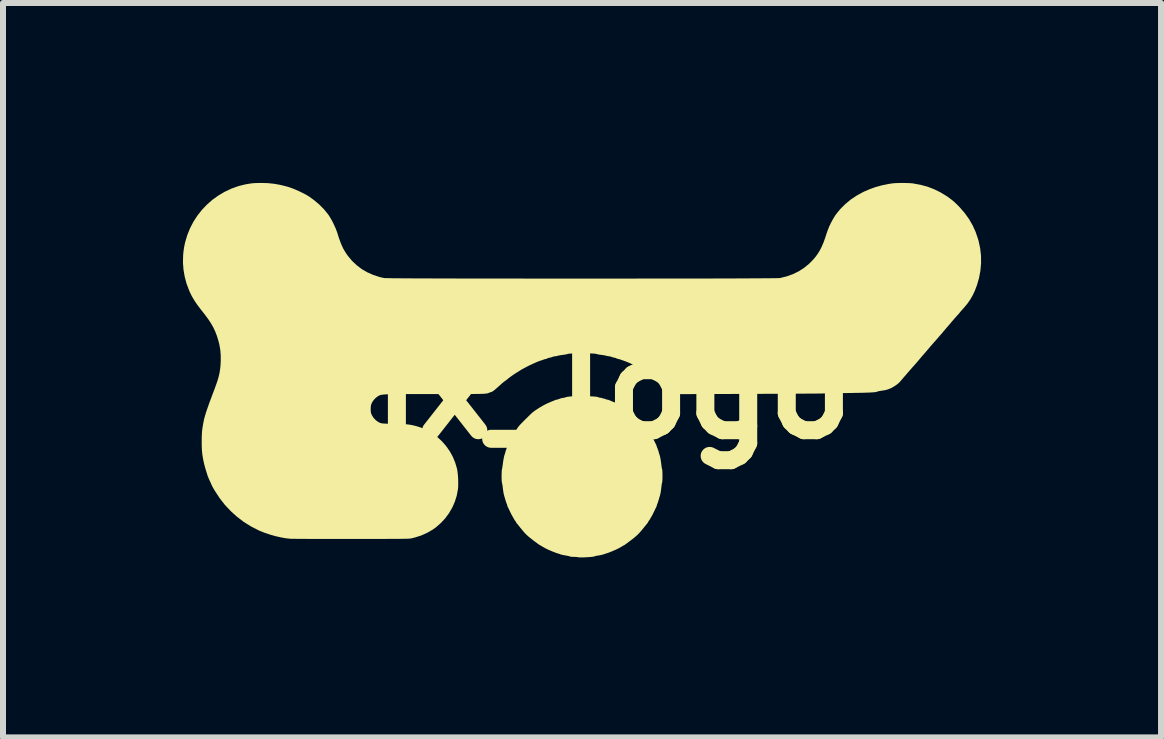
<source format=kicad_pcb>
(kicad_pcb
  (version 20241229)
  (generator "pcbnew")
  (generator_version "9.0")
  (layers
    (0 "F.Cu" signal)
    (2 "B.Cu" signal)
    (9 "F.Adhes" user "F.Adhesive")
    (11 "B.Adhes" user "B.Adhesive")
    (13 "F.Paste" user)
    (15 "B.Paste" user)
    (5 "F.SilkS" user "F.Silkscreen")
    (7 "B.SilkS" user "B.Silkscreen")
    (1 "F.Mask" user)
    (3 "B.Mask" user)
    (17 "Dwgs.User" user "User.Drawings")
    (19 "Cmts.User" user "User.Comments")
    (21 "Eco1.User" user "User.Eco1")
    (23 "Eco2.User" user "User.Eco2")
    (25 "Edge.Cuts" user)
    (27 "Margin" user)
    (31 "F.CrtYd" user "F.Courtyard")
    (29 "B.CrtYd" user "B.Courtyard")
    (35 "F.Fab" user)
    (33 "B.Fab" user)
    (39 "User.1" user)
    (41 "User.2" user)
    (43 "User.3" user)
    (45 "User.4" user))
  (footprint "mx_logo"
    (layer "F.Cu")
    (at 6.531 3.444)
    (property "Reference" "mx_logo" (at 0 0 0) (layer "F.SilkS") (effects (font (size 1.5 1.5) (thickness 0.3))))
    (attr board_only exclude_from_pos_files exclude_from_bom)
    (fp_poly (pts (xy 0.193 0.112) (xy 0.252 0.113) (xy 0.3 0.115) (xy 0.338 0.118) (xy 0.367 0.121) (xy 0.388 0.126) (xy 0.4 0.131) (xy 0.416 0.136) (xy 0.435 0.138) (xy 0.436 0.138) (xy 0.452 0.14) (xy 0.461 0.144) (xy 0.462 0.144) (xy 0.47 0.149) (xy 0.483 0.151) (xy 0.501 0.154) (xy 0.515 0.16) (xy 0.532 0.167) (xy 0.545 0.169) (xy 0.562 0.172) (xy 0.57 0.175) (xy 0.581 0.18) (xy 0.6 0.188) (xy 0.623 0.198) (xy 0.631 0.201) (xy 0.688 0.225) (xy 0.735 0.247) (xy 0.775 0.269) (xy 0.782 0.273) (xy 0.801 0.285) (xy 0.816 0.294) (xy 0.823 0.297) (xy 0.835 0.304) (xy 0.849 0.313) (xy 0.864 0.323) (xy 0.883 0.336) (xy 0.893 0.342) (xy 0.912 0.355) (xy 0.93 0.368) (xy 0.948 0.383) (xy 0.969 0.402) (xy 0.994 0.425) (xy 1.024 0.454) (xy 1.061 0.491) (xy 1.064 0.494) (xy 1.104 0.534) (xy 1.136 0.567) (xy 1.16 0.593) (xy 1.179 0.614) (xy 1.193 0.632) (xy 1.203 0.646) (xy 1.21 0.658) (xy 1.22 0.675) (xy 1.231 0.688) (xy 1.241 0.699) (xy 1.244 0.706) (xy 1.248 0.715) (xy 1.253 0.722) (xy 1.261 0.733) (xy 1.272 0.751) (xy 1.286 0.776) (xy 1.303 0.809) (xy 1.324 0.852) (xy 1.35 0.905) (xy 1.353 0.911) (xy 1.362 0.931) (xy 1.368 0.948) (xy 1.37 0.956) (xy 1.373 0.968) (xy 1.376 0.971) (xy 1.381 0.98) (xy 1.382 0.985) (xy 1.385 0.998) (xy 1.392 1.014) (xy 1.398 1.03) (xy 1.401 1.044) (xy 1.404 1.06) (xy 1.407 1.067) (xy 1.415 1.089) (xy 1.424 1.122) (xy 1.432 1.164) (xy 1.439 1.212) (xy 1.445 1.256) (xy 1.448 1.283) (xy 1.452 1.308) (xy 1.456 1.325) (xy 1.457 1.328) (xy 1.46 1.341) (xy 1.462 1.365) (xy 1.463 1.395) (xy 1.464 1.429) (xy 1.463 1.464) (xy 1.463 1.497) (xy 1.461 1.525) (xy 1.459 1.546) (xy 1.457 1.552) (xy 1.453 1.568) (xy 1.449 1.593) (xy 1.446 1.621) (xy 1.445 1.627) (xy 1.438 1.683) (xy 1.431 1.727) (xy 1.424 1.759) (xy 1.421 1.769) (xy 1.415 1.787) (xy 1.409 1.809) (xy 1.407 1.816) (xy 1.398 1.846) (xy 1.389 1.875) (xy 1.381 1.898) (xy 1.375 1.911) (xy 1.37 1.925) (xy 1.37 1.931) (xy 1.367 1.943) (xy 1.36 1.958) (xy 1.353 1.972) (xy 1.343 1.993) (xy 1.331 2.018) (xy 1.326 2.029) (xy 1.312 2.057) (xy 1.298 2.086) (xy 1.285 2.109) (xy 1.282 2.114) (xy 1.271 2.133) (xy 1.262 2.148) (xy 1.259 2.155) (xy 1.252 2.166) (xy 1.242 2.181) (xy 1.24 2.184) (xy 1.23 2.197) (xy 1.225 2.207) (xy 1.225 2.208) (xy 1.221 2.216) (xy 1.212 2.228) (xy 1.209 2.233) (xy 1.198 2.246) (xy 1.182 2.266) (xy 1.163 2.289) (xy 1.152 2.303) (xy 1.121 2.341) (xy 1.095 2.371) (xy 1.073 2.396) (xy 1.053 2.416) (xy 1.033 2.435) (xy 1.01 2.455) (xy 0.995 2.468) (xy 0.962 2.494) (xy 0.928 2.52) (xy 0.896 2.544) (xy 0.867 2.566) (xy 0.843 2.583) (xy 0.825 2.595) (xy 0.814 2.601) (xy 0.813 2.601) (xy 0.807 2.604) (xy 0.793 2.612) (xy 0.778 2.622) (xy 0.735 2.646) (xy 0.684 2.671) (xy 0.627 2.695) (xy 0.616 2.7) (xy 0.585 2.712) (xy 0.562 2.721) (xy 0.544 2.727) (xy 0.529 2.732) (xy 0.525 2.733) (xy 0.504 2.74) (xy 0.486 2.746) (xy 0.484 2.747) (xy 0.46 2.754) (xy 0.425 2.762) (xy 0.38 2.77) (xy 0.376 2.77) (xy 0.355 2.774) (xy 0.338 2.778) (xy 0.332 2.781) (xy 0.321 2.784) (xy 0.3 2.788) (xy 0.271 2.791) (xy 0.236 2.794) (xy 0.199 2.796) (xy 0.162 2.798) (xy 0.127 2.799) (xy 0.096 2.799) (xy 0.072 2.798) (xy 0.057 2.796) (xy 0.057 2.796) (xy 0.043 2.793) (xy 0.021 2.791) (xy -0.005 2.79) (xy -0.015 2.79) (xy -0.041 2.789) (xy -0.064 2.787) (xy -0.08 2.784) (xy -0.083 2.782) (xy -0.097 2.777) (xy -0.117 2.773) (xy -0.131 2.77) (xy -0.178 2.762) (xy -0.213 2.755) (xy -0.237 2.748) (xy -0.239 2.747) (xy -0.255 2.741) (xy -0.276 2.734) (xy -0.28 2.733) (xy -0.295 2.729) (xy -0.311 2.723) (xy -0.332 2.715) (xy -0.36 2.704) (xy -0.371 2.7) (xy -0.428 2.676) (xy -0.481 2.651) (xy -0.525 2.626) (xy -0.533 2.622) (xy -0.55 2.611) (xy -0.563 2.603) (xy -0.568 2.601) (xy -0.576 2.597) (xy -0.592 2.587) (xy -0.615 2.571) (xy -0.643 2.55) (xy -0.675 2.527) (xy -0.708 2.501) (xy -0.741 2.475) (xy -0.75 2.468) (xy -0.775 2.447) (xy -0.796 2.428) (xy -0.816 2.409) (xy -0.837 2.387) (xy -0.86 2.36) (xy -0.887 2.327) (xy -0.907 2.303) (xy -0.926 2.279) (xy -0.944 2.257) (xy -0.959 2.239) (xy -0.964 2.233) (xy -0.974 2.219) (xy -0.98 2.208) (xy -0.98 2.207) (xy -0.984 2.198) (xy -0.989 2.193) (xy -0.998 2.183) (xy -1.007 2.167) (xy -1.008 2.166) (xy -1.017 2.149) (xy -1.03 2.127) (xy -1.037 2.114) (xy -1.049 2.093) (xy -1.063 2.066) (xy -1.077 2.038) (xy -1.081 2.029) (xy -1.093 2.003) (xy -1.104 1.98) (xy -1.113 1.963) (xy -1.115 1.958) (xy -1.122 1.943) (xy -1.125 1.931) (xy -1.127 1.918) (xy -1.13 1.911) (xy -1.137 1.896) (xy -1.145 1.872) (xy -1.155 1.841) (xy -1.162 1.816) (xy -1.169 1.794) (xy -1.175 1.773) (xy -1.176 1.769) (xy -1.183 1.742) (xy -1.19 1.703) (xy -1.197 1.652) (xy -1.2 1.627) (xy -1.203 1.6) (xy -1.208 1.576) (xy -1.211 1.559) (xy -1.212 1.556) (xy -1.215 1.543) (xy -1.217 1.521) (xy -1.218 1.491) (xy -1.219 1.457) (xy -1.219 1.442) (xy -1.218 1.407) (xy -1.217 1.375) (xy -1.216 1.349) (xy -1.213 1.332) (xy -1.212 1.328) (xy -1.209 1.313) (xy -1.205 1.29) (xy -1.201 1.263) (xy -1.2 1.256) (xy -1.193 1.202) (xy -1.185 1.155) (xy -1.177 1.114) (xy -1.168 1.083) (xy -1.162 1.067) (xy -1.157 1.051) (xy -1.156 1.044) (xy -1.153 1.03) (xy -1.147 1.014) (xy -1.14 0.998) (xy -1.137 0.985) (xy -1.134 0.974) (xy -1.131 0.971) (xy -1.125 0.962) (xy -1.125 0.956) (xy -1.122 0.945) (xy -1.115 0.927) (xy -1.108 0.911) (xy -1.082 0.857) (xy -1.06 0.813) (xy -1.042 0.779) (xy -1.028 0.753) (xy -1.017 0.735) (xy -1.008 0.723) (xy -1.008 0.722) (xy -1 0.711) (xy -0.999 0.706) (xy -0.995 0.697) (xy -0.986 0.688) (xy -0.974 0.674) (xy -0.964 0.658) (xy -0.957 0.645) (xy -0.946 0.63) (xy -0.932 0.612) (xy -0.913 0.59) (xy -0.887 0.563) (xy -0.854 0.529) (xy -0.819 0.494) (xy -0.781 0.457) (xy -0.751 0.427) (xy -0.726 0.403) (xy -0.705 0.384) (xy -0.686 0.369) (xy -0.668 0.355) (xy -0.649 0.343) (xy -0.648 0.342) (xy -0.628 0.329) (xy -0.61 0.317) (xy -0.604 0.313) (xy -0.589 0.303) (xy -0.578 0.297) (xy -0.568 0.292) (xy -0.551 0.282) (xy -0.537 0.273) (xy -0.499 0.252) (xy -0.454 0.23) (xy -0.399 0.206) (xy -0.386 0.201) (xy -0.362 0.191) (xy -0.341 0.183) (xy -0.328 0.177) (xy -0.325 0.175) (xy -0.309 0.17) (xy -0.302 0.17) (xy -0.288 0.167) (xy -0.27 0.161) (xy -0.269 0.161) (xy -0.232 0.147) (xy -0.201 0.14) (xy -0.186 0.138) (xy -0.167 0.135) (xy -0.155 0.131) (xy -0.14 0.125) (xy -0.118 0.121) (xy -0.087 0.117) (xy -0.048 0.114) (xy 0.002 0.113) (xy 0.063 0.112) (xy 0.123 0.111)) (stroke (width 0) (type solid)) (fill yes) (layer "F.SilkS"))
    (fp_poly (pts (xy -5.116 -3.441) (xy -5.011 -3.43) (xy -4.91 -3.412) (xy -4.844 -3.396) (xy -4.822 -3.39) (xy -4.802 -3.385) (xy -4.794 -3.383) (xy -4.75 -3.369) (xy -4.699 -3.351) (xy -4.644 -3.328) (xy -4.586 -3.302) (xy -4.531 -3.275) (xy -4.479 -3.248) (xy -4.435 -3.222) (xy -4.432 -3.22) (xy -4.342 -3.155) (xy -4.257 -3.083) (xy -4.18 -3.005) (xy -4.113 -2.923) (xy -4.107 -2.915) (xy -4.075 -2.865) (xy -4.042 -2.807) (xy -4.011 -2.744) (xy -3.983 -2.681) (xy -3.961 -2.622) (xy -3.955 -2.604) (xy -3.931 -2.527) (xy -3.907 -2.461) (xy -3.883 -2.402) (xy -3.859 -2.35) (xy -3.831 -2.302) (xy -3.801 -2.256) (xy -3.781 -2.228) (xy -3.711 -2.144) (xy -3.633 -2.071) (xy -3.549 -2.007) (xy -3.457 -1.954) (xy -3.358 -1.91) (xy -3.25 -1.875) (xy -3.179 -1.859) (xy -3.169 -1.858) (xy -3.148 -1.857) (xy -3.115 -1.857) (xy -3.07 -1.856) (xy -3.015 -1.855) (xy -2.949 -1.855) (xy -2.874 -1.854) (xy -2.789 -1.854) (xy -2.696 -1.853) (xy -2.593 -1.853) (xy -2.483 -1.853) (xy -2.365 -1.852) (xy -2.241 -1.852) (xy -2.109 -1.852) (xy -1.971 -1.851) (xy -1.828 -1.851) (xy -1.679 -1.851) (xy -1.525 -1.85) (xy -1.367 -1.85) (xy -1.205 -1.85) (xy -1.04 -1.85) (xy -0.871 -1.85) (xy -0.7 -1.849) (xy -0.527 -1.849) (xy -0.352 -1.849) (xy -0.176 -1.849) (xy 0.001 -1.849) (xy 0.178 -1.849) (xy 0.355 -1.849) (xy 0.532 -1.849) (xy 0.707 -1.849) (xy 0.881 -1.849) (xy 1.053 -1.85) (xy 1.223 -1.85) (xy 1.389 -1.85) (xy 1.553 -1.85) (xy 1.712 -1.85) (xy 1.867 -1.851) (xy 2.018 -1.851) (xy 2.164 -1.851) (xy 2.304 -1.851) (xy 2.437 -1.852) (xy 2.565 -1.852) (xy 2.685 -1.852) (xy 2.798 -1.853) (xy 2.904 -1.853) (xy 3 -1.854) (xy 3.089 -1.854) (xy 3.167 -1.855) (xy 3.237 -1.855) (xy 3.296 -1.856) (xy 3.344 -1.856) (xy 3.382 -1.857) (xy 3.408 -1.858) (xy 3.422 -1.858) (xy 3.424 -1.859) (xy 3.537 -1.887) (xy 3.641 -1.925) (xy 3.737 -1.972) (xy 3.825 -2.029) (xy 3.906 -2.095) (xy 3.916 -2.105) (xy 3.967 -2.156) (xy 4.012 -2.208) (xy 4.051 -2.261) (xy 4.086 -2.318) (xy 4.118 -2.381) (xy 4.148 -2.451) (xy 4.176 -2.53) (xy 4.2 -2.604) (xy 4.22 -2.66) (xy 4.245 -2.722) (xy 4.275 -2.784) (xy 4.307 -2.843) (xy 4.339 -2.895) (xy 4.352 -2.915) (xy 4.426 -3.007) (xy 4.51 -3.091) (xy 4.603 -3.168) (xy 4.706 -3.236) (xy 4.814 -3.295) (xy 4.915 -3.339) (xy 5.018 -3.376) (xy 5.125 -3.405) (xy 5.239 -3.428) (xy 5.298 -3.437) (xy 5.328 -3.44) (xy 5.368 -3.442) (xy 5.414 -3.443) (xy 5.463 -3.444) (xy 5.513 -3.443) (xy 5.559 -3.442) (xy 5.6 -3.44) (xy 5.633 -3.437) (xy 5.64 -3.436) (xy 5.765 -3.413) (xy 5.881 -3.382) (xy 5.99 -3.34) (xy 6.095 -3.289) (xy 6.196 -3.228) (xy 6.198 -3.227) (xy 6.247 -3.192) (xy 6.292 -3.158) (xy 6.335 -3.121) (xy 6.38 -3.078) (xy 6.415 -3.042) (xy 6.499 -2.946) (xy 6.572 -2.845) (xy 6.634 -2.738) (xy 6.685 -2.625) (xy 6.726 -2.504) (xy 6.734 -2.475) (xy 6.76 -2.353) (xy 6.774 -2.23) (xy 6.775 -2.106) (xy 6.764 -1.982) (xy 6.741 -1.86) (xy 6.707 -1.742) (xy 6.674 -1.654) (xy 6.638 -1.576) (xy 6.597 -1.504) (xy 6.55 -1.436) (xy 6.494 -1.368) (xy 6.467 -1.338) (xy 6.45 -1.319) (xy 6.434 -1.301) (xy 6.426 -1.291) (xy 6.415 -1.277) (xy 6.399 -1.258) (xy 6.38 -1.237) (xy 6.377 -1.234) (xy 6.357 -1.212) (xy 6.333 -1.185) (xy 6.309 -1.157) (xy 6.298 -1.144) (xy 6.275 -1.117) (xy 6.251 -1.088) (xy 6.228 -1.062) (xy 6.22 -1.052) (xy 6.197 -1.027) (xy 6.173 -0.998) (xy 6.152 -0.973) (xy 6.116 -0.93) (xy 6.079 -0.888) (xy 6.044 -0.847) (xy 6.013 -0.812) (xy 5.988 -0.784) (xy 5.987 -0.783) (xy 5.966 -0.759) (xy 5.942 -0.731) (xy 5.918 -0.704) (xy 5.913 -0.697) (xy 5.891 -0.671) (xy 5.865 -0.641) (xy 5.839 -0.611) (xy 5.827 -0.597) (xy 5.802 -0.569) (xy 5.776 -0.538) (xy 5.751 -0.509) (xy 5.741 -0.496) (xy 5.719 -0.47) (xy 5.694 -0.441) (xy 5.672 -0.416) (xy 5.667 -0.411) (xy 5.648 -0.389) (xy 5.622 -0.36) (xy 5.591 -0.325) (xy 5.558 -0.287) (xy 5.523 -0.246) (xy 5.488 -0.206) (xy 5.456 -0.168) (xy 5.427 -0.134) (xy 5.422 -0.128) (xy 5.392 -0.099) (xy 5.351 -0.069) (xy 5.332 -0.056) (xy 5.307 -0.042) (xy 5.286 -0.029) (xy 5.271 -0.021) (xy 5.265 -0.019) (xy 5.254 -0.016) (xy 5.247 -0.013) (xy 5.227 -0.004) (xy 5.204 0.003) (xy 5.176 0.01) (xy 5.14 0.016) (xy 5.095 0.023) (xy 5.089 0.024) (xy 5.067 0.028) (xy 5.049 0.033) (xy 5.042 0.036) (xy 5.035 0.038) (xy 5.025 0.041) (xy 5.011 0.043) (xy 4.993 0.045) (xy 4.969 0.047) (xy 4.94 0.049) (xy 4.903 0.051) (xy 4.859 0.052) (xy 4.807 0.054) (xy 4.745 0.055) (xy 4.674 0.056) (xy 4.591 0.058) (xy 4.498 0.059) (xy 4.448 0.06) (xy 4.386 0.061) (xy 4.328 0.062) (xy 4.273 0.063) (xy 4.224 0.064) (xy 4.182 0.065) (xy 4.148 0.065) (xy 4.124 0.066) (xy 4.112 0.067) (xy 4.102 0.067) (xy 4.08 0.067) (xy 4.046 0.067) (xy 4.002 0.068) (xy 3.949 0.068) (xy 3.885 0.068) (xy 3.813 0.069) (xy 3.733 0.069) (xy 3.646 0.07) (xy 3.552 0.07) (xy 3.451 0.07) (xy 3.345 0.071) (xy 3.235 0.071) (xy 3.12 0.072) (xy 3.001 0.072) (xy 2.907 0.073) (xy 1.74 0.077) (xy 1.698 0.06) (xy 1.672 0.049) (xy 1.648 0.039) (xy 1.63 0.033) (xy 1.604 0.021) (xy 1.579 0.006) (xy 1.553 -0.013) (xy 1.524 -0.039) (xy 1.495 -0.066) (xy 1.47 -0.09) (xy 1.444 -0.112) (xy 1.421 -0.132) (xy 1.404 -0.144) (xy 1.404 -0.144) (xy 1.382 -0.16) (xy 1.361 -0.177) (xy 1.351 -0.186) (xy 1.332 -0.201) (xy 1.303 -0.222) (xy 1.267 -0.247) (xy 1.225 -0.275) (xy 1.177 -0.304) (xy 1.136 -0.33) (xy 1.099 -0.351) (xy 1.056 -0.374) (xy 1.01 -0.397) (xy 0.963 -0.42) (xy 0.917 -0.441) (xy 0.874 -0.459) (xy 0.838 -0.473) (xy 0.81 -0.483) (xy 0.807 -0.484) (xy 0.789 -0.49) (xy 0.768 -0.498) (xy 0.765 -0.499) (xy 0.746 -0.505) (xy 0.73 -0.509) (xy 0.727 -0.509) (xy 0.711 -0.513) (xy 0.7 -0.518) (xy 0.685 -0.525) (xy 0.665 -0.53) (xy 0.659 -0.532) (xy 0.637 -0.536) (xy 0.618 -0.543) (xy 0.614 -0.544) (xy 0.595 -0.551) (xy 0.58 -0.553) (xy 0.564 -0.555) (xy 0.541 -0.559) (xy 0.528 -0.563) (xy 0.504 -0.568) (xy 0.474 -0.574) (xy 0.444 -0.578) (xy 0.439 -0.578) (xy 0.41 -0.582) (xy 0.383 -0.587) (xy 0.362 -0.593) (xy 0.358 -0.594) (xy 0.343 -0.597) (xy 0.318 -0.599) (xy 0.283 -0.601) (xy 0.242 -0.603) (xy 0.196 -0.604) (xy 0.147 -0.604) (xy 0.097 -0.604) (xy 0.048 -0.604) (xy 0.002 -0.603) (xy -0.039 -0.601) (xy -0.073 -0.599) (xy -0.099 -0.597) (xy -0.113 -0.594) (xy -0.133 -0.588) (xy -0.159 -0.583) (xy -0.188 -0.579) (xy -0.194 -0.578) (xy -0.224 -0.574) (xy -0.255 -0.569) (xy -0.28 -0.564) (xy -0.283 -0.563) (xy -0.305 -0.557) (xy -0.326 -0.554) (xy -0.335 -0.553) (xy -0.354 -0.55) (xy -0.369 -0.544) (xy -0.386 -0.538) (xy -0.408 -0.533) (xy -0.415 -0.531) (xy -0.436 -0.527) (xy -0.452 -0.521) (xy -0.456 -0.518) (xy -0.472 -0.511) (xy -0.482 -0.509) (xy -0.498 -0.506) (xy -0.516 -0.5) (xy -0.52 -0.499) (xy -0.541 -0.491) (xy -0.56 -0.484) (xy -0.562 -0.484) (xy -0.589 -0.475) (xy -0.625 -0.461) (xy -0.667 -0.443) (xy -0.712 -0.422) (xy -0.76 -0.4) (xy -0.806 -0.376) (xy -0.849 -0.353) (xy -0.887 -0.332) (xy -0.891 -0.33) (xy -0.94 -0.299) (xy -0.987 -0.27) (xy -1.028 -0.243) (xy -1.063 -0.218) (xy -1.09 -0.198) (xy -1.106 -0.186) (xy -1.124 -0.17) (xy -1.146 -0.153) (xy -1.159 -0.144) (xy -1.178 -0.13) (xy -1.202 -0.111) (xy -1.227 -0.089) (xy -1.238 -0.079) (xy -1.285 -0.037) (xy -1.323 -0.003) (xy -1.354 0.021) (xy -1.377 0.036) (xy -1.394 0.043) (xy -1.398 0.044) (xy -1.412 0.047) (xy -1.418 0.05) (xy -1.426 0.053) (xy -1.432 0.056) (xy -1.439 0.059) (xy -1.447 0.062) (xy -1.456 0.064) (xy -1.468 0.066) (xy -1.483 0.068) (xy -1.501 0.07) (xy -1.523 0.071) (xy -1.55 0.072) (xy -1.582 0.073) (xy -1.621 0.074) (xy -1.666 0.074) (xy -1.719 0.075) (xy -1.78 0.075) (xy -1.849 0.075) (xy -1.928 0.075) (xy -2.018 0.075) (xy -2.117 0.076) (xy -2.229 0.076) (xy -2.328 0.076) (xy -2.451 0.076) (xy -2.563 0.076) (xy -2.663 0.076) (xy -2.753 0.076) (xy -2.832 0.076) (xy -2.903 0.076) (xy -2.965 0.077) (xy -3.018 0.077) (xy -3.065 0.078) (xy -3.104 0.079) (xy -3.138 0.08) (xy -3.166 0.082) (xy -3.189 0.084) (xy -3.208 0.086) (xy -3.224 0.089) (xy -3.237 0.092) (xy -3.248 0.095) (xy -3.257 0.099) (xy -3.265 0.103) (xy -3.274 0.108) (xy -3.282 0.113) (xy -3.286 0.115) (xy -3.319 0.141) (xy -3.351 0.175) (xy -3.376 0.212) (xy -3.389 0.24) (xy -3.397 0.265) (xy -3.4 0.293) (xy -3.401 0.33) (xy -3.4 0.359) (xy -3.398 0.381) (xy -3.393 0.4) (xy -3.384 0.421) (xy -3.381 0.428) (xy -3.355 0.47) (xy -3.32 0.508) (xy -3.279 0.539) (xy -3.256 0.551) (xy -3.246 0.555) (xy -3.236 0.559) (xy -3.226 0.562) (xy -3.213 0.564) (xy -3.197 0.566) (xy -3.175 0.567) (xy -3.146 0.569) (xy -3.109 0.57) (xy -3.063 0.571) (xy -3.008 0.572) (xy -2.946 0.574) (xy -2.893 0.575) (xy -2.85 0.577) (xy -2.814 0.579) (xy -2.782 0.582) (xy -2.754 0.586) (xy -2.728 0.59) (xy -2.7 0.596) (xy -2.671 0.602) (xy -2.665 0.604) (xy -2.564 0.634) (xy -2.468 0.676) (xy -2.377 0.728) (xy -2.293 0.789) (xy -2.216 0.86) (xy -2.147 0.938) (xy -2.086 1.024) (xy -2.034 1.117) (xy -1.993 1.216) (xy -1.962 1.319) (xy -1.955 1.36) (xy -1.949 1.41) (xy -1.944 1.466) (xy -1.942 1.523) (xy -1.942 1.579) (xy -1.943 1.63) (xy -1.947 1.666) (xy -1.967 1.771) (xy -1.999 1.873) (xy -2.042 1.97) (xy -2.096 2.062) (xy -2.159 2.148) (xy -2.232 2.226) (xy -2.313 2.297) (xy -2.365 2.334) (xy -2.458 2.388) (xy -2.558 2.433) (xy -2.665 2.467) (xy -2.705 2.477) (xy -2.712 2.479) (xy -2.72 2.481) (xy -2.729 2.482) (xy -2.738 2.483) (xy -2.75 2.485) (xy -2.764 2.486) (xy -2.781 2.487) (xy -2.802 2.487) (xy -2.827 2.488) (xy -2.858 2.489) (xy -2.894 2.489) (xy -2.936 2.49) (xy -2.985 2.49) (xy -3.041 2.49) (xy -3.106 2.49) (xy -3.18 2.491) (xy -3.262 2.491) (xy -3.355 2.491) (xy -3.459 2.491) (xy -3.573 2.491) (xy -3.7 2.491) (xy -3.716 2.491) (xy -3.826 2.491) (xy -3.933 2.491) (xy -4.036 2.491) (xy -4.136 2.491) (xy -4.23 2.491) (xy -4.319 2.491) (xy -4.401 2.491) (xy -4.477 2.49) (xy -4.544 2.49) (xy -4.602 2.49) (xy -4.652 2.489) (xy -4.691 2.489) (xy -4.719 2.489) (xy -4.735 2.488) (xy -4.737 2.488) (xy -4.814 2.48) (xy -4.898 2.465) (xy -4.986 2.445) (xy -5.075 2.42) (xy -5.162 2.391) (xy -5.244 2.359) (xy -5.27 2.347) (xy -5.397 2.282) (xy -5.517 2.207) (xy -5.63 2.121) (xy -5.735 2.026) (xy -5.832 1.923) (xy -5.919 1.811) (xy -5.99 1.703) (xy -6.008 1.674) (xy -6.023 1.648) (xy -6.035 1.627) (xy -6.042 1.615) (xy -6.044 1.612) (xy -6.046 1.605) (xy -6.053 1.59) (xy -6.062 1.571) (xy -6.062 1.569) (xy -6.082 1.527) (xy -6.097 1.493) (xy -6.108 1.467) (xy -6.117 1.445) (xy -6.124 1.425) (xy -6.125 1.42) (xy -6.154 1.328) (xy -6.177 1.244) (xy -6.194 1.165) (xy -6.207 1.088) (xy -6.215 1.011) (xy -6.218 0.929) (xy -6.218 0.841) (xy -6.218 0.817) (xy -6.217 0.773) (xy -6.215 0.736) (xy -6.213 0.704) (xy -6.21 0.673) (xy -6.206 0.642) (xy -6.2 0.607) (xy -6.193 0.565) (xy -6.183 0.515) (xy -6.182 0.509) (xy -6.174 0.476) (xy -6.162 0.434) (xy -6.147 0.384) (xy -6.128 0.328) (xy -6.107 0.268) (xy -6.085 0.206) (xy -6.078 0.188) (xy -6.052 0.118) (xy -6.029 0.057) (xy -6.01 0.007) (xy -5.994 -0.036) (xy -5.982 -0.071) (xy -5.971 -0.1) (xy -5.963 -0.124) (xy -5.956 -0.144) (xy -5.951 -0.161) (xy -5.946 -0.177) (xy -5.942 -0.192) (xy -5.94 -0.198) (xy -5.926 -0.254) (xy -5.916 -0.307) (xy -5.909 -0.359) (xy -5.904 -0.415) (xy -5.901 -0.472) (xy -5.901 -0.568) (xy -5.908 -0.657) (xy -5.923 -0.745) (xy -5.941 -0.817) (xy -5.965 -0.894) (xy -5.992 -0.965) (xy -6.024 -1.034) (xy -6.063 -1.102) (xy -6.108 -1.171) (xy -6.162 -1.244) (xy -6.193 -1.284) (xy -6.244 -1.349) (xy -6.287 -1.406) (xy -6.324 -1.459) (xy -6.355 -1.508) (xy -6.383 -1.557) (xy -6.408 -1.607) (xy -6.429 -1.654) (xy -6.471 -1.766) (xy -6.502 -1.882) (xy -6.522 -1.999) (xy -6.531 -2.116) (xy -6.528 -2.23) (xy -6.528 -2.233) (xy -6.524 -2.283) (xy -6.519 -2.323) (xy -6.514 -2.36) (xy -6.507 -2.397) (xy -6.498 -2.438) (xy -6.493 -2.46) (xy -6.458 -2.577) (xy -6.412 -2.69) (xy -6.356 -2.798) (xy -6.29 -2.9) (xy -6.215 -2.995) (xy -6.131 -3.083) (xy -6.04 -3.163) (xy -5.941 -3.234) (xy -5.836 -3.296) (xy -5.726 -3.348) (xy -5.611 -3.39) (xy -5.5 -3.418) (xy -5.452 -3.427) (xy -5.409 -3.434) (xy -5.368 -3.439) (xy -5.325 -3.442) (xy -5.276 -3.443) (xy -5.228 -3.444)) (stroke (width 0) (type solid)) (fill yes) (layer "F.SilkS")))
  (gr_rect
    (start -3 -3)
    (end 16.306 9.243)
    (stroke (width 0.1) (type default))
    (fill no)
    (layer "Edge.Cuts")))
</source>
